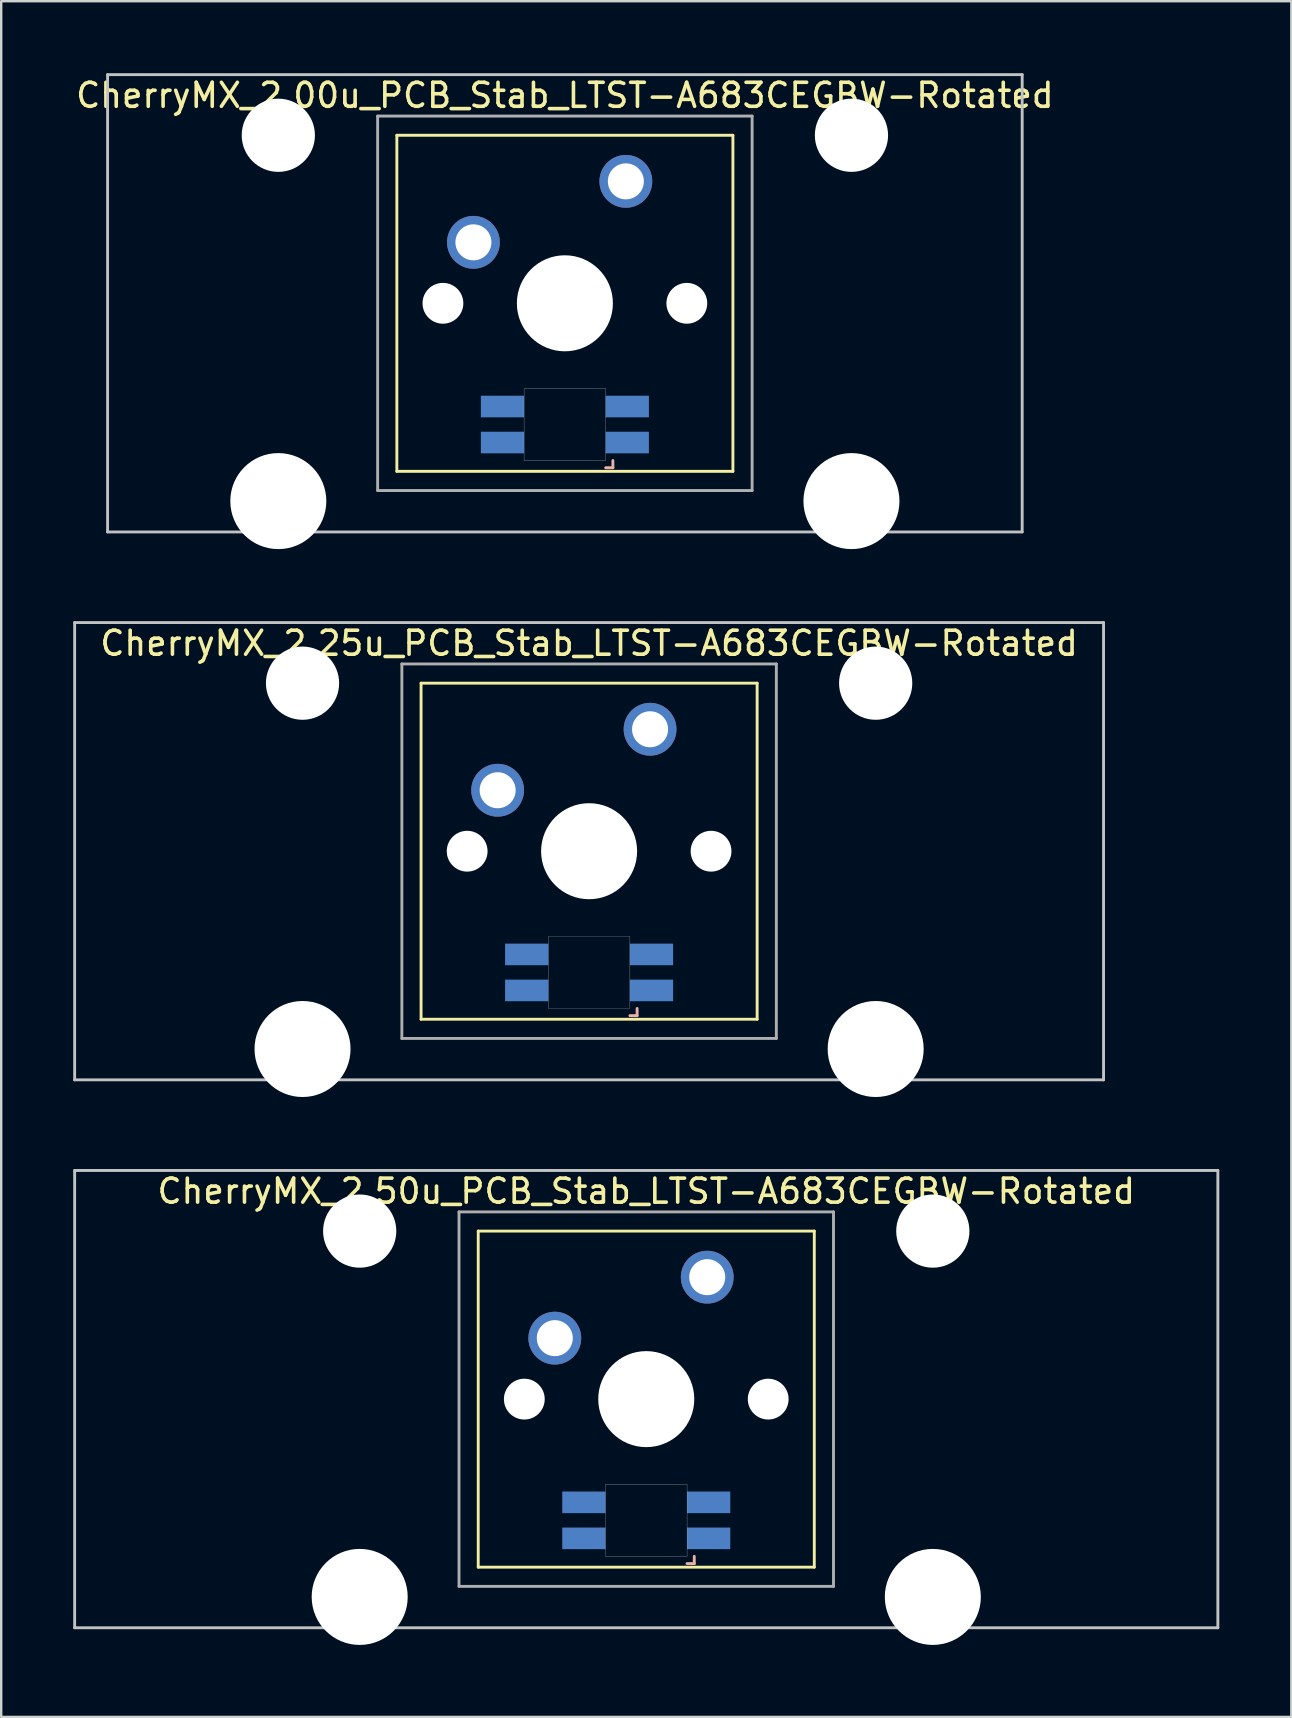
<source format=kicad_pcb>
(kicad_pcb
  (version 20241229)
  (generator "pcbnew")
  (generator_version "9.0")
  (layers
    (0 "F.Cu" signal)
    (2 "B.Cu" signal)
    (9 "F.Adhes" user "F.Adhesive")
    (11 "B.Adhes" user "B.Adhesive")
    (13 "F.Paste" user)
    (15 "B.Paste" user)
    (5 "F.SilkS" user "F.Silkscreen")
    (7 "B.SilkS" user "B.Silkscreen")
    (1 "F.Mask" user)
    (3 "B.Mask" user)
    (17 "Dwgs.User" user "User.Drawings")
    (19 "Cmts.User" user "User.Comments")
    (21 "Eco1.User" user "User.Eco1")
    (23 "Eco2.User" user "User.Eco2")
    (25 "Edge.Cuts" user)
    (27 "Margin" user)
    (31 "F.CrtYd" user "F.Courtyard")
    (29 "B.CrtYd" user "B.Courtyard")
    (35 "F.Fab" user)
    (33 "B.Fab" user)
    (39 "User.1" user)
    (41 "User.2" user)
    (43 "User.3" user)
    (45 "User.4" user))
  (footprint "CherryMX_2.25u_PCB_Stab_LTST-A683CEGBW-Rotated"
    (layer "F.Cu")
    (at 21.491 32.41)
    (property "Reference" "CherryMX_2.25u_PCB_Stab_LTST-A683CEGBW-Rotated" (at 0 -8.662 0) (layer "F.SilkS") (effects (font (size 1 1) (thickness 0.15))))
    (attr through_hole)
    (fp_line (start -7 -7) (end -7 7) (stroke (width 0.12) (type solid)) (layer "F.SilkS"))
    (fp_line (start -7 -7) (end 7 -7) (stroke (width 0.12) (type solid)) (layer "F.SilkS"))
    (fp_line (start 7 -7) (end 7 7) (stroke (width 0.12) (type solid)) (layer "F.SilkS"))
    (fp_line (start 7 7) (end -7 7) (stroke (width 0.12) (type solid)) (layer "F.SilkS"))
    (fp_line (start 1.7 6.85) (end 2 6.85) (stroke (width 0.12) (type solid)) (layer "B.SilkS"))
    (fp_line (start 2 6.85) (end 2 6.55) (stroke (width 0.12) (type solid)) (layer "B.SilkS"))
    (fp_line (start -21.431 -9.525) (end 21.431 -9.525) (stroke (width 0.12) (type solid)) (layer "Dwgs.User"))
    (fp_line (start -21.431 9.525) (end -21.431 -9.525) (stroke (width 0.12) (type solid)) (layer "Dwgs.User"))
    (fp_line (start 21.431 -9.525) (end 21.431 9.525) (stroke (width 0.12) (type solid)) (layer "Dwgs.User"))
    (fp_line (start 21.431 9.525) (end -21.431 9.525) (stroke (width 0.12) (type solid)) (layer "Dwgs.User"))
    (fp_poly (pts (xy -1.7 3.55) (xy 1.7 3.55) (xy 1.7 6.55) (xy -1.7 6.55)) (stroke (width 0.01) (type solid)) (fill no) (layer "Edge.Cuts"))
    (fp_line (start -7.8 -7.8) (end -7.8 7.8) (stroke (width 0.12) (type solid)) (layer "F.Fab"))
    (fp_line (start -7.8 -7.8) (end 7.8 -7.8) (stroke (width 0.12) (type solid)) (layer "F.Fab"))
    (fp_line (start -7.8 7.8) (end 7.8 7.8) (stroke (width 0.12) (type solid)) (layer "F.Fab"))
    (fp_line (start 7.8 -7.8) (end 7.8 7.8) (stroke (width 0.12) (type solid)) (layer "F.Fab"))
    (pad "" np_thru_hole circle (at -11.938 -7) (size 3.05 3.05) (drill 3.05) (layers "*.Cu" "*.Mask"))
    (pad "" np_thru_hole circle (at -11.938 8.24) (size 4 4) (drill 4) (layers "*.Cu" "*.Mask"))
    (pad "" np_thru_hole circle (at -5.08 0) (size 1.7 1.7) (drill 1.7) (layers "*.Cu" "*.Mask"))
    (pad "" np_thru_hole circle (at 0 0) (size 4 4) (drill 4) (layers "*.Cu" "*.Mask"))
    (pad "" np_thru_hole circle (at 5.08 0) (size 1.7 1.7) (drill 1.7) (layers "*.Cu" "*.Mask"))
    (pad "" np_thru_hole circle (at 11.938 -7) (size 3.05 3.05) (drill 3.05) (layers "*.Cu" "*.Mask"))
    (pad "" np_thru_hole circle (at 11.938 8.24) (size 4 4) (drill 4) (layers "*.Cu" "*.Mask"))
    (pad "1" thru_hole circle (at -3.81 -2.54) (size 2.2 2.2) (drill 1.5) (layers "*.Cu" "*.Mask"))
    (pad "2" thru_hole circle (at 2.54 -5.08) (size 2.2 2.2) (drill 1.5) (layers "*.Cu" "*.Mask"))
    (pad "3" smd rect (at 2.6 5.8 180) (size 1.8 0.9) (layers "B.Cu" "B.Mask" "B.Paste"))
    (pad "4" smd rect (at 2.6 4.3 180) (size 1.8 0.9) (layers "B.Cu" "B.Mask" "B.Paste"))
    (pad "5" smd rect (at -2.6 5.8 180) (size 1.8 0.9) (layers "B.Cu" "B.Mask" "B.Paste"))
    (pad "6" smd rect (at -2.6 4.3 180) (size 1.8 0.9) (layers "B.Cu" "B.Mask" "B.Paste")))
  (footprint "CherryMX_2.50u_PCB_Stab_LTST-A683CEGBW-Rotated"
    (layer "F.Cu")
    (at 23.872 55.235)
    (property "Reference" "CherryMX_2.50u_PCB_Stab_LTST-A683CEGBW-Rotated" (at 0 -8.662 0) (layer "F.SilkS") (effects (font (size 1 1) (thickness 0.15))))
    (attr through_hole)
    (fp_line (start -7 -7) (end -7 7) (stroke (width 0.12) (type solid)) (layer "F.SilkS"))
    (fp_line (start -7 -7) (end 7 -7) (stroke (width 0.12) (type solid)) (layer "F.SilkS"))
    (fp_line (start 7 -7) (end 7 7) (stroke (width 0.12) (type solid)) (layer "F.SilkS"))
    (fp_line (start 7 7) (end -7 7) (stroke (width 0.12) (type solid)) (layer "F.SilkS"))
    (fp_line (start 1.7 6.85) (end 2 6.85) (stroke (width 0.12) (type solid)) (layer "B.SilkS"))
    (fp_line (start 2 6.85) (end 2 6.55) (stroke (width 0.12) (type solid)) (layer "B.SilkS"))
    (fp_line (start -23.812 -9.525) (end 23.812 -9.525) (stroke (width 0.12) (type solid)) (layer "Dwgs.User"))
    (fp_line (start -23.812 9.525) (end -23.812 -9.525) (stroke (width 0.12) (type solid)) (layer "Dwgs.User"))
    (fp_line (start 23.812 -9.525) (end 23.812 9.525) (stroke (width 0.12) (type solid)) (layer "Dwgs.User"))
    (fp_line (start 23.812 9.525) (end -23.812 9.525) (stroke (width 0.12) (type solid)) (layer "Dwgs.User"))
    (fp_poly (pts (xy -1.7 3.55) (xy 1.7 3.55) (xy 1.7 6.55) (xy -1.7 6.55)) (stroke (width 0.01) (type solid)) (fill no) (layer "Edge.Cuts"))
    (fp_line (start -7.8 -7.8) (end -7.8 7.8) (stroke (width 0.12) (type solid)) (layer "F.Fab"))
    (fp_line (start -7.8 -7.8) (end 7.8 -7.8) (stroke (width 0.12) (type solid)) (layer "F.Fab"))
    (fp_line (start -7.8 7.8) (end 7.8 7.8) (stroke (width 0.12) (type solid)) (layer "F.Fab"))
    (fp_line (start 7.8 -7.8) (end 7.8 7.8) (stroke (width 0.12) (type solid)) (layer "F.Fab"))
    (pad "" np_thru_hole circle (at -11.938 -7) (size 3.05 3.05) (drill 3.05) (layers "*.Cu" "*.Mask"))
    (pad "" np_thru_hole circle (at -11.938 8.24) (size 4 4) (drill 4) (layers "*.Cu" "*.Mask"))
    (pad "" np_thru_hole circle (at -5.08 0) (size 1.7 1.7) (drill 1.7) (layers "*.Cu" "*.Mask"))
    (pad "" np_thru_hole circle (at 0 0) (size 4 4) (drill 4) (layers "*.Cu" "*.Mask"))
    (pad "" np_thru_hole circle (at 5.08 0) (size 1.7 1.7) (drill 1.7) (layers "*.Cu" "*.Mask"))
    (pad "" np_thru_hole circle (at 11.938 -7) (size 3.05 3.05) (drill 3.05) (layers "*.Cu" "*.Mask"))
    (pad "" np_thru_hole circle (at 11.938 8.24) (size 4 4) (drill 4) (layers "*.Cu" "*.Mask"))
    (pad "1" thru_hole circle (at -3.81 -2.54) (size 2.2 2.2) (drill 1.5) (layers "*.Cu" "*.Mask"))
    (pad "2" thru_hole circle (at 2.54 -5.08) (size 2.2 2.2) (drill 1.5) (layers "*.Cu" "*.Mask"))
    (pad "3" smd rect (at 2.6 5.8 180) (size 1.8 0.9) (layers "B.Cu" "B.Mask" "B.Paste"))
    (pad "4" smd rect (at 2.6 4.3 180) (size 1.8 0.9) (layers "B.Cu" "B.Mask" "B.Paste"))
    (pad "5" smd rect (at -2.6 5.8 180) (size 1.8 0.9) (layers "B.Cu" "B.Mask" "B.Paste"))
    (pad "6" smd rect (at -2.6 4.3 180) (size 1.8 0.9) (layers "B.Cu" "B.Mask" "B.Paste")))
  (footprint "CherryMX_2.00u_PCB_Stab_LTST-A683CEGBW-Rotated"
    (layer "F.Cu")
    (at 20.482 9.585)
    (property "Reference" "CherryMX_2.00u_PCB_Stab_LTST-A683CEGBW-Rotated" (at 0 -8.662 0) (layer "F.SilkS") (effects (font (size 1 1) (thickness 0.15))))
    (attr through_hole)
    (fp_line (start -7 -7) (end -7 7) (stroke (width 0.12) (type solid)) (layer "F.SilkS"))
    (fp_line (start -7 -7) (end 7 -7) (stroke (width 0.12) (type solid)) (layer "F.SilkS"))
    (fp_line (start 7 -7) (end 7 7) (stroke (width 0.12) (type solid)) (layer "F.SilkS"))
    (fp_line (start 7 7) (end -7 7) (stroke (width 0.12) (type solid)) (layer "F.SilkS"))
    (fp_line (start 1.7 6.85) (end 2 6.85) (stroke (width 0.12) (type solid)) (layer "B.SilkS"))
    (fp_line (start 2 6.85) (end 2 6.55) (stroke (width 0.12) (type solid)) (layer "B.SilkS"))
    (fp_line (start -19.05 -9.525) (end 19.05 -9.525) (stroke (width 0.12) (type solid)) (layer "Dwgs.User"))
    (fp_line (start -19.05 9.525) (end -19.05 -9.525) (stroke (width 0.12) (type solid)) (layer "Dwgs.User"))
    (fp_line (start 19.05 -9.525) (end 19.05 9.525) (stroke (width 0.12) (type solid)) (layer "Dwgs.User"))
    (fp_line (start 19.05 9.525) (end -19.05 9.525) (stroke (width 0.12) (type solid)) (layer "Dwgs.User"))
    (fp_poly (pts (xy -1.7 3.55) (xy 1.7 3.55) (xy 1.7 6.55) (xy -1.7 6.55)) (stroke (width 0.01) (type solid)) (fill no) (layer "Edge.Cuts"))
    (fp_line (start -7.8 -7.8) (end -7.8 7.8) (stroke (width 0.12) (type solid)) (layer "F.Fab"))
    (fp_line (start -7.8 -7.8) (end 7.8 -7.8) (stroke (width 0.12) (type solid)) (layer "F.Fab"))
    (fp_line (start -7.8 7.8) (end 7.8 7.8) (stroke (width 0.12) (type solid)) (layer "F.Fab"))
    (fp_line (start 7.8 -7.8) (end 7.8 7.8) (stroke (width 0.12) (type solid)) (layer "F.Fab"))
    (pad "" np_thru_hole circle (at -11.938 -7) (size 3.05 3.05) (drill 3.05) (layers "*.Cu" "*.Mask"))
    (pad "" np_thru_hole circle (at -11.938 8.24) (size 4 4) (drill 4) (layers "*.Cu" "*.Mask"))
    (pad "" np_thru_hole circle (at -5.08 0) (size 1.7 1.7) (drill 1.7) (layers "*.Cu" "*.Mask"))
    (pad "" np_thru_hole circle (at 0 0) (size 4 4) (drill 4) (layers "*.Cu" "*.Mask"))
    (pad "" np_thru_hole circle (at 5.08 0) (size 1.7 1.7) (drill 1.7) (layers "*.Cu" "*.Mask"))
    (pad "" np_thru_hole circle (at 11.938 -7) (size 3.05 3.05) (drill 3.05) (layers "*.Cu" "*.Mask"))
    (pad "" np_thru_hole circle (at 11.938 8.24) (size 4 4) (drill 4) (layers "*.Cu" "*.Mask"))
    (pad "1" thru_hole circle (at -3.81 -2.54) (size 2.2 2.2) (drill 1.5) (layers "*.Cu" "*.Mask"))
    (pad "2" thru_hole circle (at 2.54 -5.08) (size 2.2 2.2) (drill 1.5) (layers "*.Cu" "*.Mask"))
    (pad "3" smd rect (at 2.6 5.8 180) (size 1.8 0.9) (layers "B.Cu" "B.Mask" "B.Paste"))
    (pad "4" smd rect (at 2.6 4.3 180) (size 1.8 0.9) (layers "B.Cu" "B.Mask" "B.Paste"))
    (pad "5" smd rect (at -2.6 5.8 180) (size 1.8 0.9) (layers "B.Cu" "B.Mask" "B.Paste"))
    (pad "6" smd rect (at -2.6 4.3 180) (size 1.8 0.9) (layers "B.Cu" "B.Mask" "B.Paste")))
  (gr_rect
    (start -3 -3)
    (end 50.745 68.475)
    (stroke (width 0.1) (type default))
    (fill no)
    (layer "Edge.Cuts")))
</source>
